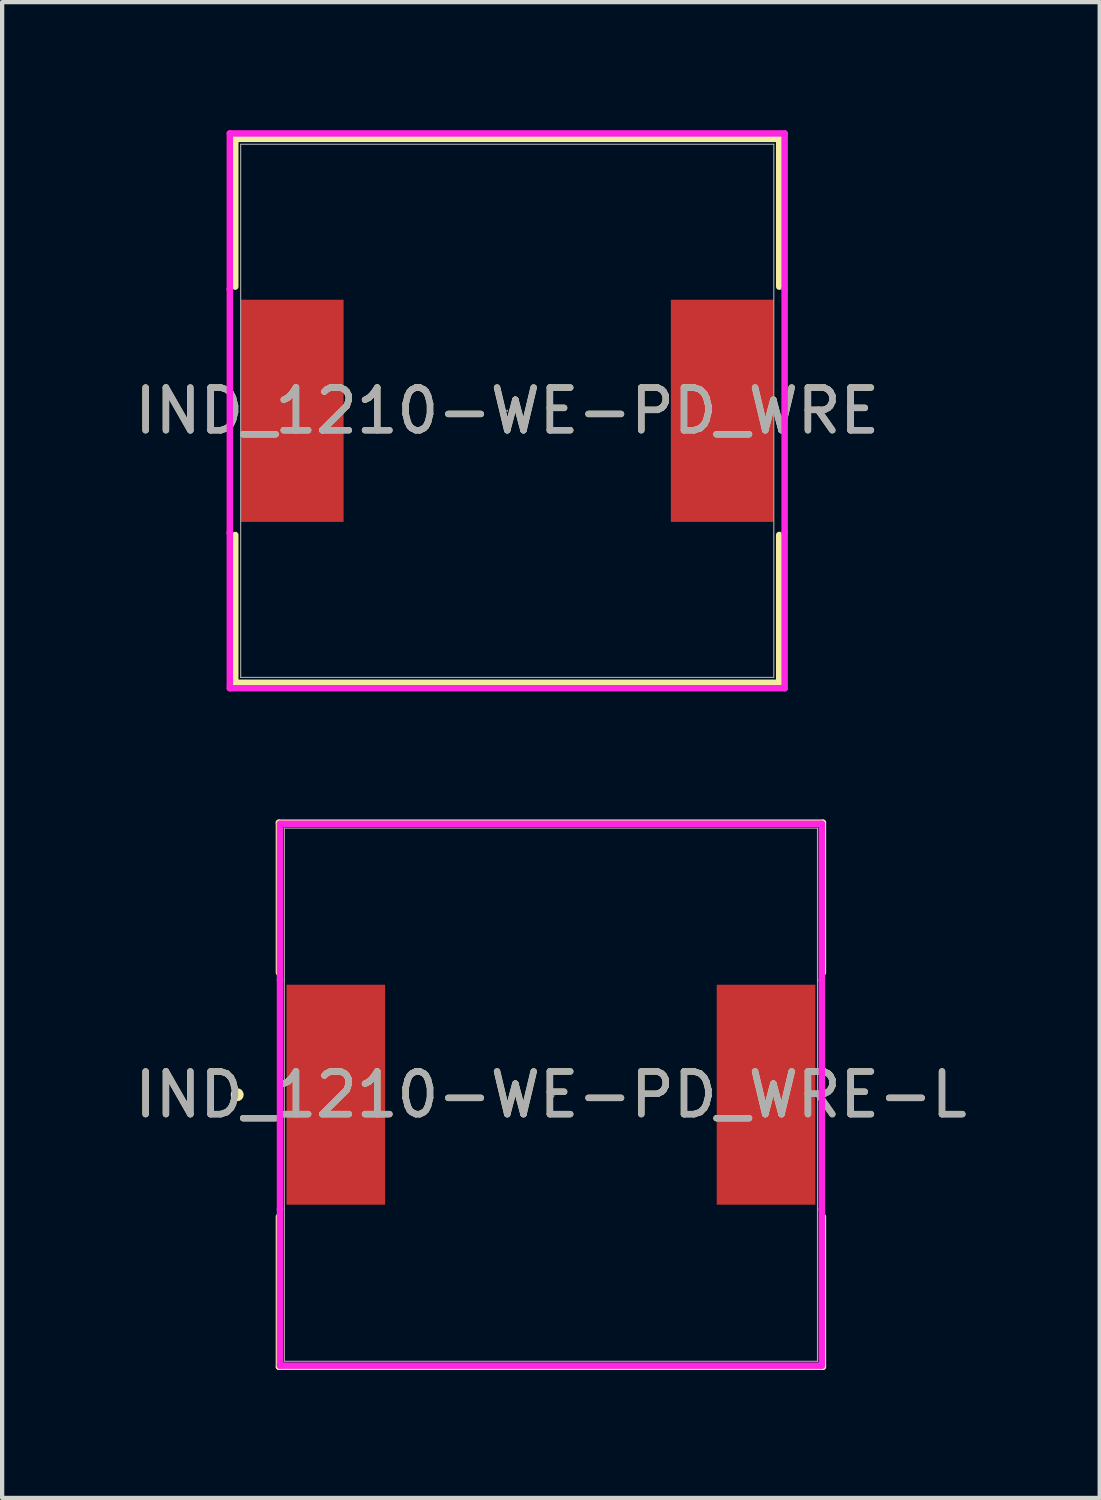
<source format=kicad_pcb>
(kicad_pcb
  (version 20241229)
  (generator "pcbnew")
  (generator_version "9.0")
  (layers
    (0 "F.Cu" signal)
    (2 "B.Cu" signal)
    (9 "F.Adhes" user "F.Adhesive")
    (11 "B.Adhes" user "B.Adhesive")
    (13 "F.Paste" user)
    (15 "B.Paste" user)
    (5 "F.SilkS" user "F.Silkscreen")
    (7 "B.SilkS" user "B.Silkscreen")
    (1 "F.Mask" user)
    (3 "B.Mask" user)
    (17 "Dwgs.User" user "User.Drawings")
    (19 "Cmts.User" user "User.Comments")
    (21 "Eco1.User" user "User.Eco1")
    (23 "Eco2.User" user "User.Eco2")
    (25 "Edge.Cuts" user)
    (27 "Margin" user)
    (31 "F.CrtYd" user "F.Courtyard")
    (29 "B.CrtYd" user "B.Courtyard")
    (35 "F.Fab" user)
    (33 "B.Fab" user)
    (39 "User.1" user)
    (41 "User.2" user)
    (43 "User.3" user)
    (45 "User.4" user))
  (footprint "IND_1210-WE-PD_WRE"
    (layer "F.Cu")
    (at 8.839 6.579)
    (property "Reference" "IND_1210-WE-PD_WRE" (at 0 0 0) (unlocked yes) (layer "F.SilkS") (effects (font (size 1 1) (thickness 0.15))))
    (attr smd)
    (fp_line (start -6.375 -6.375) (end -6.375 -2.911) (stroke (width 0.152) (type solid)) (layer "F.SilkS"))
    (fp_line (start -6.375 2.911) (end -6.375 6.375) (stroke (width 0.152) (type solid)) (layer "F.SilkS"))
    (fp_line (start -6.375 6.375) (end 6.375 6.375) (stroke (width 0.152) (type solid)) (layer "F.SilkS"))
    (fp_line (start 6.375 -6.375) (end -6.375 -6.375) (stroke (width 0.152) (type solid)) (layer "F.SilkS"))
    (fp_line (start 6.375 -2.911) (end 6.375 -6.375) (stroke (width 0.152) (type solid)) (layer "F.SilkS"))
    (fp_line (start 6.375 6.375) (end 6.375 2.911) (stroke (width 0.152) (type solid)) (layer "F.SilkS"))
    (fp_line (start -6.502 -6.502) (end 6.502 -6.502) (stroke (width 0.152) (type solid)) (layer "F.CrtYd"))
    (fp_line (start -6.502 -2.857) (end -6.502 -6.502) (stroke (width 0.152) (type solid)) (layer "F.CrtYd"))
    (fp_line (start -6.502 -2.857) (end -6.502 -2.857) (stroke (width 0.152) (type solid)) (layer "F.CrtYd"))
    (fp_line (start -6.502 2.857) (end -6.502 -2.857) (stroke (width 0.152) (type solid)) (layer "F.CrtYd"))
    (fp_line (start -6.502 2.857) (end -6.502 2.857) (stroke (width 0.152) (type solid)) (layer "F.CrtYd"))
    (fp_line (start -6.502 6.502) (end -6.502 2.857) (stroke (width 0.152) (type solid)) (layer "F.CrtYd"))
    (fp_line (start 6.502 -6.502) (end 6.502 -2.857) (stroke (width 0.152) (type solid)) (layer "F.CrtYd"))
    (fp_line (start 6.502 -2.857) (end 6.502 -2.857) (stroke (width 0.152) (type solid)) (layer "F.CrtYd"))
    (fp_line (start 6.502 -2.857) (end 6.502 2.857) (stroke (width 0.152) (type solid)) (layer "F.CrtYd"))
    (fp_line (start 6.502 2.857) (end 6.502 2.857) (stroke (width 0.152) (type solid)) (layer "F.CrtYd"))
    (fp_line (start 6.502 2.857) (end 6.502 6.502) (stroke (width 0.152) (type solid)) (layer "F.CrtYd"))
    (fp_line (start 6.502 6.502) (end -6.502 6.502) (stroke (width 0.152) (type solid)) (layer "F.CrtYd"))
    (fp_line (start -6.248 -6.248) (end -6.248 6.248) (stroke (width 0.025) (type solid)) (layer "F.Fab"))
    (fp_line (start -6.248 6.248) (end 6.248 6.248) (stroke (width 0.025) (type solid)) (layer "F.Fab"))
    (fp_line (start 6.248 -6.248) (end -6.248 -6.248) (stroke (width 0.025) (type solid)) (layer "F.Fab"))
    (fp_line (start 6.248 6.248) (end 6.248 -6.248) (stroke (width 0.025) (type solid)) (layer "F.Fab"))
    (fp_circle (center 0 0) (end 0 0) (stroke (width 0.025) (type solid)) (fill no) (layer "F.Fab"))
    (fp_text user "${REFERENCE}" (at 0 0 0) (unlocked yes) (layer "F.Fab") (effects (font (size 1 1) (thickness 0.15))))
    (pad "1" smd rect (at -5.042 0) (size 2.413 5.207) (layers "F.Cu" "F.Mask" "F.Paste"))
    (pad "2" smd rect (at 5.042 0) (size 2.413 5.207) (layers "F.Cu" "F.Mask" "F.Paste")))
  (footprint "IND_1210-WE-PD_WRE-L"
    (layer "F.Cu")
    (at 9.863 22.609)
    (property "Reference" "IND_1210-WE-PD_WRE-L" (at 0 0 0) (unlocked yes) (layer "F.SilkS") (effects (font (size 1 1) (thickness 0.15))))
    (attr smd)
    (fp_line (start -6.375 -6.375) (end -6.375 -2.859) (stroke (width 0.152) (type solid)) (layer "F.SilkS"))
    (fp_line (start -6.375 2.859) (end -6.375 6.375) (stroke (width 0.152) (type solid)) (layer "F.SilkS"))
    (fp_line (start -6.375 6.375) (end 6.375 6.375) (stroke (width 0.152) (type solid)) (layer "F.SilkS"))
    (fp_line (start 6.375 -6.375) (end -6.375 -6.375) (stroke (width 0.152) (type solid)) (layer "F.SilkS"))
    (fp_line (start 6.375 -2.859) (end 6.375 -6.375) (stroke (width 0.152) (type solid)) (layer "F.SilkS"))
    (fp_line (start 6.375 6.375) (end 6.375 2.859) (stroke (width 0.152) (type solid)) (layer "F.SilkS"))
    (fp_circle (center -7.353 0) (end -7.277 0) (stroke (width 0.152) (type solid)) (fill no) (layer "F.SilkS"))
    (fp_line (start -6.35 -6.35) (end 6.35 -6.35) (stroke (width 0.152) (type solid)) (layer "F.CrtYd"))
    (fp_line (start -6.35 -2.68) (end -6.35 -6.35) (stroke (width 0.152) (type solid)) (layer "F.CrtYd"))
    (fp_line (start -6.35 -2.68) (end -6.35 -2.68) (stroke (width 0.152) (type solid)) (layer "F.CrtYd"))
    (fp_line (start -6.35 2.68) (end -6.35 -2.68) (stroke (width 0.152) (type solid)) (layer "F.CrtYd"))
    (fp_line (start -6.35 2.68) (end -6.35 2.68) (stroke (width 0.152) (type solid)) (layer "F.CrtYd"))
    (fp_line (start -6.35 6.35) (end -6.35 2.68) (stroke (width 0.152) (type solid)) (layer "F.CrtYd"))
    (fp_line (start 6.35 -6.35) (end 6.35 -2.68) (stroke (width 0.152) (type solid)) (layer "F.CrtYd"))
    (fp_line (start 6.35 -2.68) (end 6.35 -2.68) (stroke (width 0.152) (type solid)) (layer "F.CrtYd"))
    (fp_line (start 6.35 -2.68) (end 6.35 2.68) (stroke (width 0.152) (type solid)) (layer "F.CrtYd"))
    (fp_line (start 6.35 2.68) (end 6.35 2.68) (stroke (width 0.152) (type solid)) (layer "F.CrtYd"))
    (fp_line (start 6.35 2.68) (end 6.35 6.35) (stroke (width 0.152) (type solid)) (layer "F.CrtYd"))
    (fp_line (start 6.35 6.35) (end -6.35 6.35) (stroke (width 0.152) (type solid)) (layer "F.CrtYd"))
    (fp_line (start -6.248 -6.248) (end -6.248 6.248) (stroke (width 0.025) (type solid)) (layer "F.Fab"))
    (fp_line (start -6.248 6.248) (end 6.248 6.248) (stroke (width 0.025) (type solid)) (layer "F.Fab"))
    (fp_line (start 6.248 -6.248) (end -6.248 -6.248) (stroke (width 0.025) (type solid)) (layer "F.Fab"))
    (fp_line (start 6.248 6.248) (end 6.248 -6.248) (stroke (width 0.025) (type solid)) (layer "F.Fab"))
    (fp_circle (center 0 0) (end 0.076 0) (stroke (width 0.025) (type solid)) (fill no) (layer "F.Fab"))
    (fp_text user "${REFERENCE}" (at 0 0 0) (unlocked yes) (layer "F.Fab") (effects (font (size 1 1) (thickness 0.15))))
    (pad "1" smd rect (at -5.042 0) (size 2.311 5.156) (layers "F.Cu" "F.Mask" "F.Paste"))
    (pad "2" smd rect (at 5.042 0) (size 2.311 5.156) (layers "F.Cu" "F.Mask" "F.Paste")))
  (gr_rect
    (start -3 -3)
    (end 22.726 32.06)
    (stroke (width 0.1) (type default))
    (fill no)
    (layer "Edge.Cuts")))
</source>
